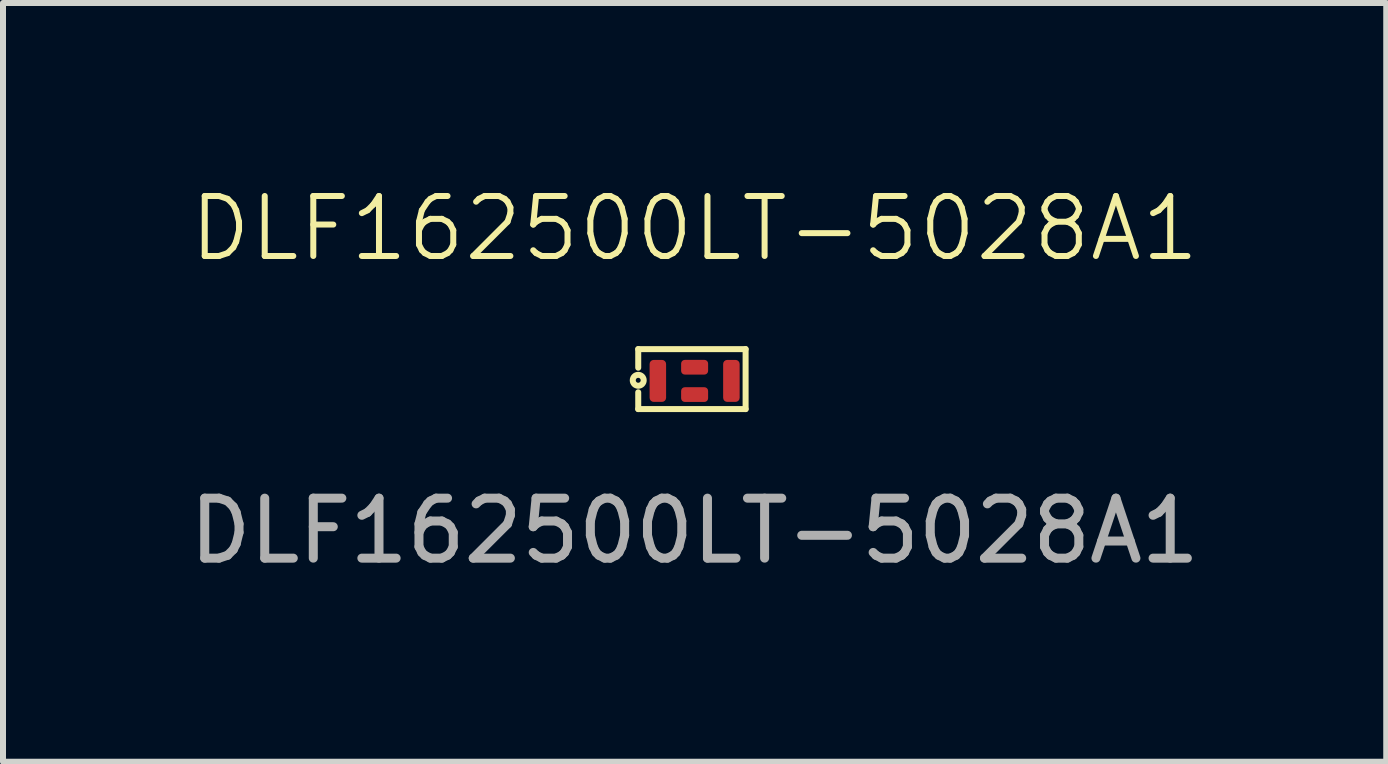
<source format=kicad_pcb>
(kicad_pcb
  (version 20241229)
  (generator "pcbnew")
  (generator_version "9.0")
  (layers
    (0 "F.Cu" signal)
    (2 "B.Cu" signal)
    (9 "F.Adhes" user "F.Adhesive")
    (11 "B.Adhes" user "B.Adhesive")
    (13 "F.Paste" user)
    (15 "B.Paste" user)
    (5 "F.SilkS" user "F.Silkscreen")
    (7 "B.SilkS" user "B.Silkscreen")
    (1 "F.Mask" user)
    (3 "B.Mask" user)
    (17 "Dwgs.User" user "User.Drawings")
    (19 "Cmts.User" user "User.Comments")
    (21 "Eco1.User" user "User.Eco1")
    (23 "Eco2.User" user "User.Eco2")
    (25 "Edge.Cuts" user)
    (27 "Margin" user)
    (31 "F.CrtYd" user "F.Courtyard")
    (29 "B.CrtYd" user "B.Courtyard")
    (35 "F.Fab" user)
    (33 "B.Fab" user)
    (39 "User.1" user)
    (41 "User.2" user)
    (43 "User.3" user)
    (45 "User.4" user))
  (footprint "DLF162500LT-5028A1"
    (layer "F.Cu")
    (at 8.53 3.3)
    (property "Reference" "DLF162500LT-5028A1" (at 0 -2.54 0) (unlocked yes) (layer "F.SilkS") (effects (font (size 1 1) (thickness 0.1))))
    (attr smd)
    (fp_line (start -0.94 -0.53) (end 0.85 -0.53) (stroke (width 0.1) (type default)) (layer "F.SilkS"))
    (fp_line (start -0.94 -0.22) (end -0.94 -0.53) (stroke (width 0.1) (type default)) (layer "F.SilkS"))
    (fp_line (start -0.94 0.47) (end -0.94 0.19) (stroke (width 0.1) (type default)) (layer "F.SilkS"))
    (fp_line (start 0.85 -0.53) (end 0.85 0.47) (stroke (width 0.1) (type default)) (layer "F.SilkS"))
    (fp_line (start 0.85 0.47) (end -0.94 0.47) (stroke (width 0.1) (type default)) (layer "F.SilkS"))
    (fp_circle (center -0.94 -0.01) (end -0.93 0.03) (stroke (width 0.1) (type default)) (fill no) (layer "F.SilkS"))
    (fp_text user "${REFERENCE}" (at 0 2.5 0) (unlocked yes) (layer "F.Fab") (effects (font (size 1 1) (thickness 0.15))))
    (pad "1" smd roundrect (at -0.613 0) (size 0.275 0.7) (layers "F.Cu" "F.Mask" "F.Paste") (roundrect_rratio 0.25))
    (pad "2" smd roundrect (at 0 -0.228) (size 0.45 0.245) (layers "F.Cu" "F.Mask" "F.Paste") (roundrect_rratio 0.25))
    (pad "2" smd roundrect (at 0 0.228) (size 0.45 0.245) (layers "F.Cu" "F.Mask" "F.Paste") (roundrect_rratio 0.25))
    (pad "3" smd roundrect (at 0.613 0) (size 0.275 0.7) (layers "F.Cu" "F.Mask" "F.Paste") (roundrect_rratio 0.25)))
  (gr_rect
    (start -3 -3)
    (end 20.06 9.649)
    (stroke (width 0.1) (type default))
    (fill no)
    (layer "Edge.Cuts")))
</source>
